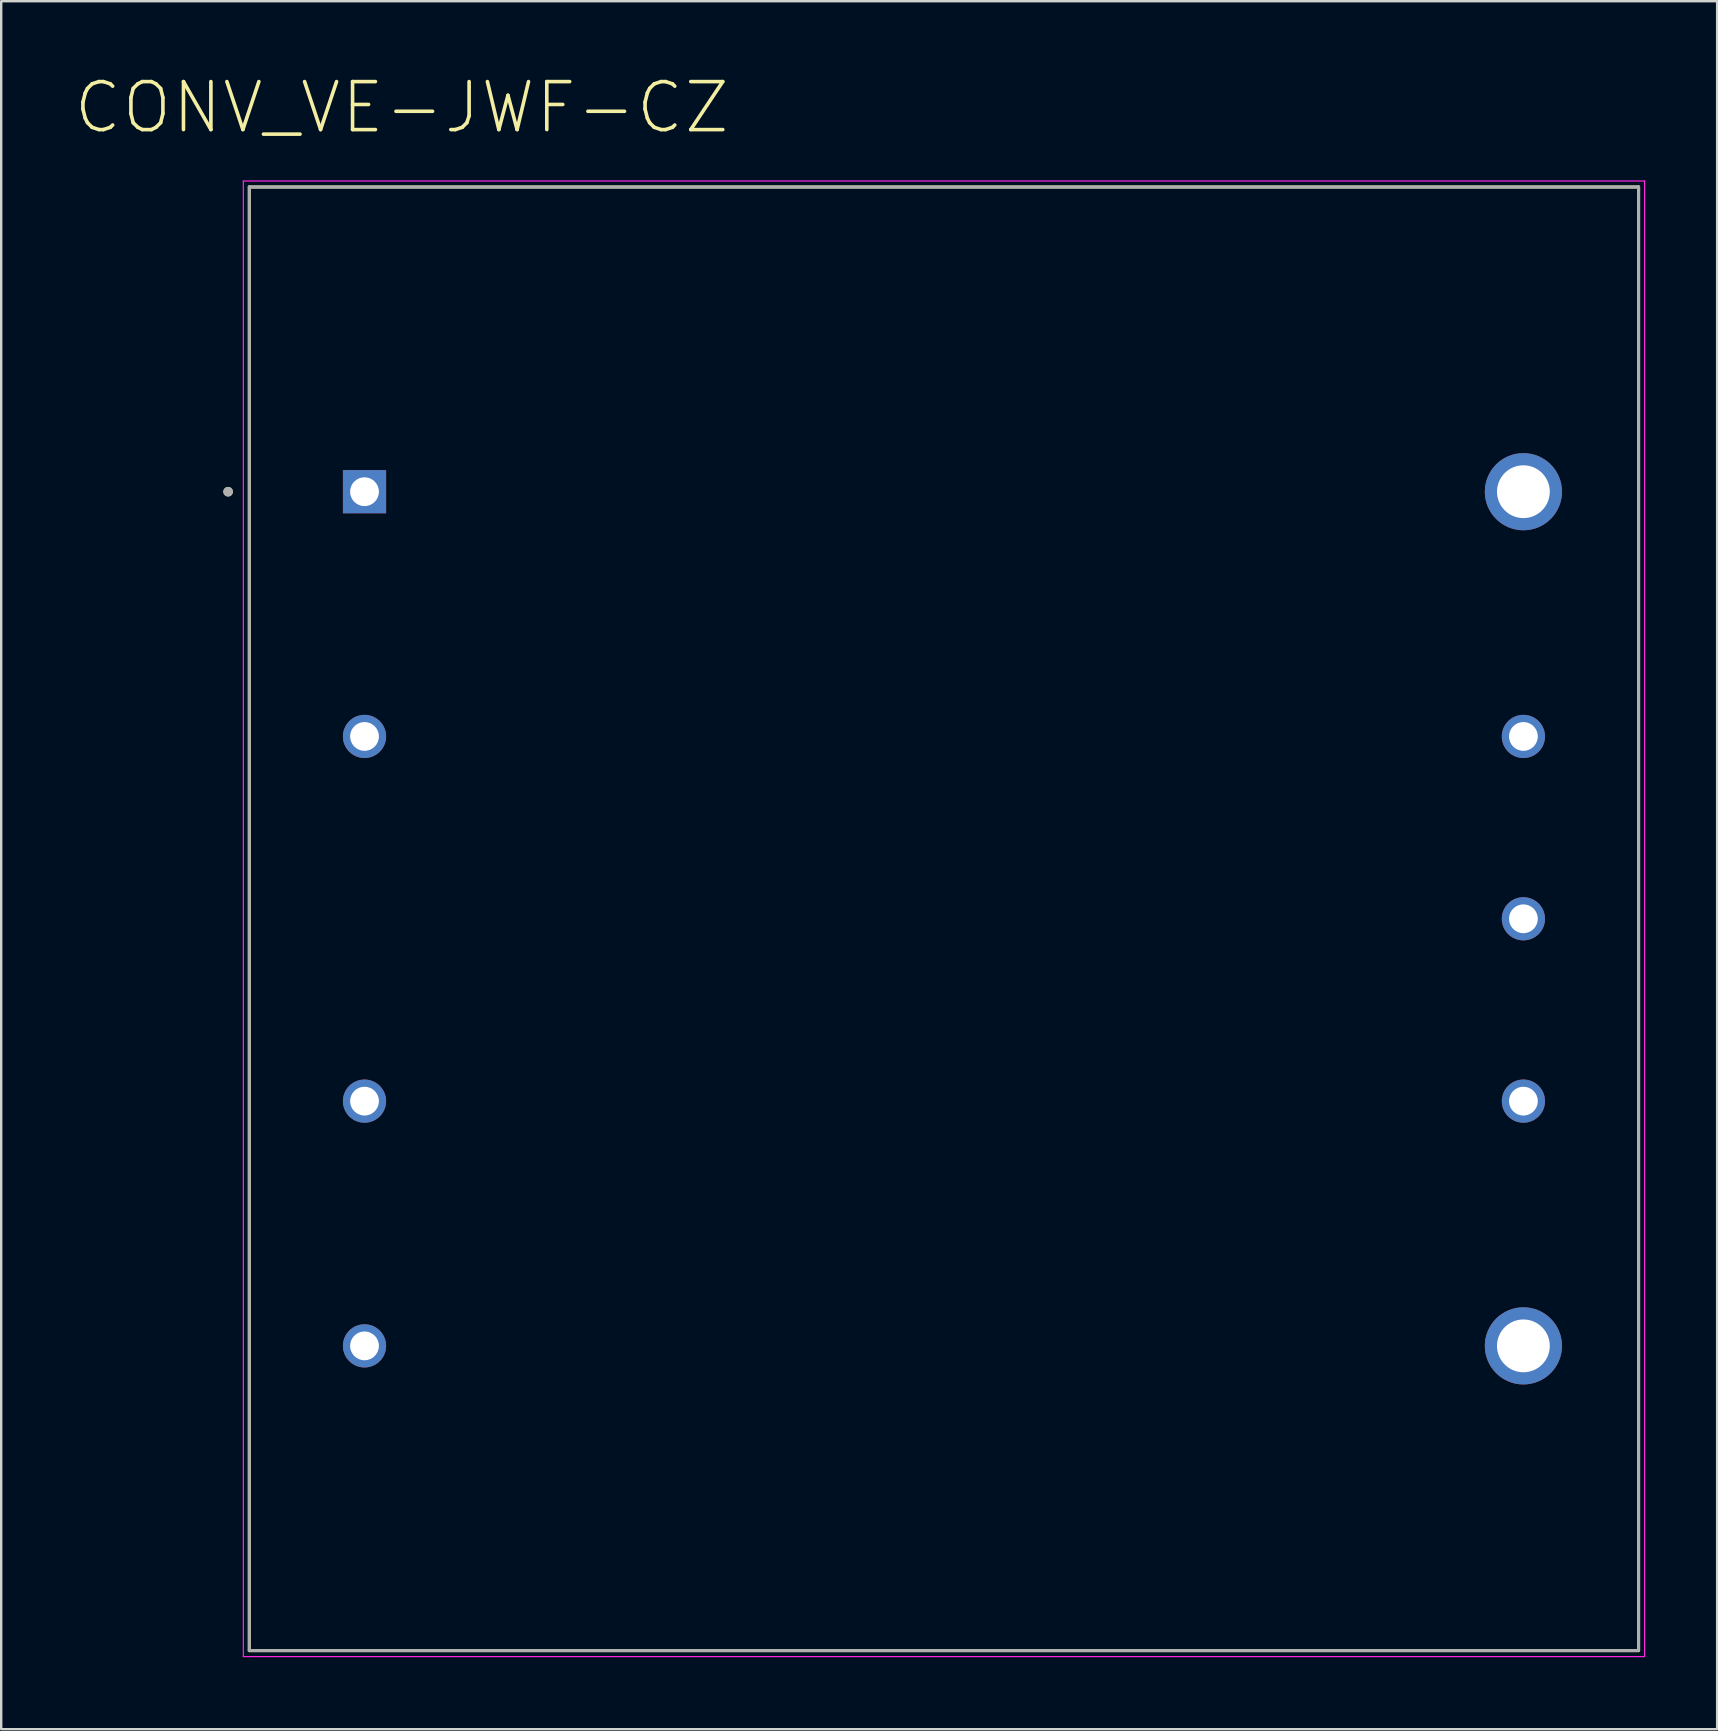
<source format=kicad_pcb>
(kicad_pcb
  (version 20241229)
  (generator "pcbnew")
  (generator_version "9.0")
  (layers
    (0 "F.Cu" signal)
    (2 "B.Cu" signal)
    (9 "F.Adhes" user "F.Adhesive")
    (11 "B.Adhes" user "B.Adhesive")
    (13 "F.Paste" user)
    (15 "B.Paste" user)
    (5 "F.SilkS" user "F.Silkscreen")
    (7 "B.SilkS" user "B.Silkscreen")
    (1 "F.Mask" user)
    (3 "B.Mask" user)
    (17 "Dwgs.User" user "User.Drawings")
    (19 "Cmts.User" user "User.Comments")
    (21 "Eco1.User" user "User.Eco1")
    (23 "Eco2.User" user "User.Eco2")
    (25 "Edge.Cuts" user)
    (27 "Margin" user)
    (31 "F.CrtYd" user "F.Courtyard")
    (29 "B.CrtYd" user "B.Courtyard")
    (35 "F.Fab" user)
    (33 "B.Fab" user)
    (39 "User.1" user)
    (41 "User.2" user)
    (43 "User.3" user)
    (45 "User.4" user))
  (footprint "CONV_VE-JWF-CZ"
    (layer "F.Cu")
    (at 36.292 35.243)
    (property "Reference" "CONV_VE-JWF-CZ" (at -22.6 -33.81 0) (layer "F.SilkS") (effects (font (size 2 2) (thickness 0.15))))
    (attr through_hole)
    (fp_line (start -28.95 -30.5) (end -28.95 30.5) (stroke (width 0.127) (type solid)) (layer "F.SilkS"))
    (fp_line (start -28.95 30.5) (end 28.95 30.5) (stroke (width 0.127) (type solid)) (layer "F.SilkS"))
    (fp_line (start 28.95 -30.5) (end -28.95 -30.5) (stroke (width 0.127) (type solid)) (layer "F.SilkS"))
    (fp_line (start 28.95 30.5) (end 28.95 -30.5) (stroke (width 0.127) (type solid)) (layer "F.SilkS"))
    (fp_circle (center -29.835 -17.8) (end -29.735 -17.8) (stroke (width 0.2) (type solid)) (fill no) (layer "F.SilkS"))
    (fp_line (start -29.2 -30.75) (end -29.2 30.75) (stroke (width 0.05) (type solid)) (layer "F.CrtYd"))
    (fp_line (start -29.2 30.75) (end 29.2 30.75) (stroke (width 0.05) (type solid)) (layer "F.CrtYd"))
    (fp_line (start 29.2 -30.75) (end -29.2 -30.75) (stroke (width 0.05) (type solid)) (layer "F.CrtYd"))
    (fp_line (start 29.2 30.75) (end 29.2 -30.75) (stroke (width 0.05) (type solid)) (layer "F.CrtYd"))
    (fp_line (start -28.95 -30.5) (end -28.95 30.5) (stroke (width 0.127) (type solid)) (layer "F.Fab"))
    (fp_line (start -28.95 30.5) (end 28.95 30.5) (stroke (width 0.127) (type solid)) (layer "F.Fab"))
    (fp_line (start 28.95 -30.5) (end -28.95 -30.5) (stroke (width 0.127) (type solid)) (layer "F.Fab"))
    (fp_line (start 28.95 30.5) (end 28.95 -30.5) (stroke (width 0.127) (type solid)) (layer "F.Fab"))
    (fp_circle (center -29.835 -17.8) (end -29.735 -17.8) (stroke (width 0.2) (type solid)) (fill no) (layer "F.Fab"))
    (pad "1" thru_hole rect (at -24.15 -17.8) (size 1.8 1.8) (drill 1.2) (layers "*.Cu" "*.Mask"))
    (pad "2" thru_hole circle (at -24.15 -7.6) (size 1.8 1.8) (drill 1.2) (layers "*.Cu" "*.Mask"))
    (pad "3" thru_hole circle (at -24.15 7.6) (size 1.8 1.8) (drill 1.2) (layers "*.Cu" "*.Mask"))
    (pad "4" thru_hole circle (at -24.15 17.8) (size 1.8 1.8) (drill 1.2) (layers "*.Cu" "*.Mask"))
    (pad "5" thru_hole circle (at 24.15 -17.8) (size 3.216 3.216) (drill 2.2) (layers "*.Cu" "*.Mask"))
    (pad "6" thru_hole circle (at 24.15 -7.6) (size 1.8 1.8) (drill 1.2) (layers "*.Cu" "*.Mask"))
    (pad "7" thru_hole circle (at 24.15 0) (size 1.8 1.8) (drill 1.2) (layers "*.Cu" "*.Mask"))
    (pad "8" thru_hole circle (at 24.15 7.6) (size 1.8 1.8) (drill 1.2) (layers "*.Cu" "*.Mask"))
    (pad "9" thru_hole circle (at 24.15 17.8) (size 3.216 3.216) (drill 2.2) (layers "*.Cu" "*.Mask")))
  (gr_rect
    (start -3 -3)
    (end 68.517 69.018)
    (stroke (width 0.1) (type default))
    (fill no)
    (layer "Edge.Cuts")))
</source>
